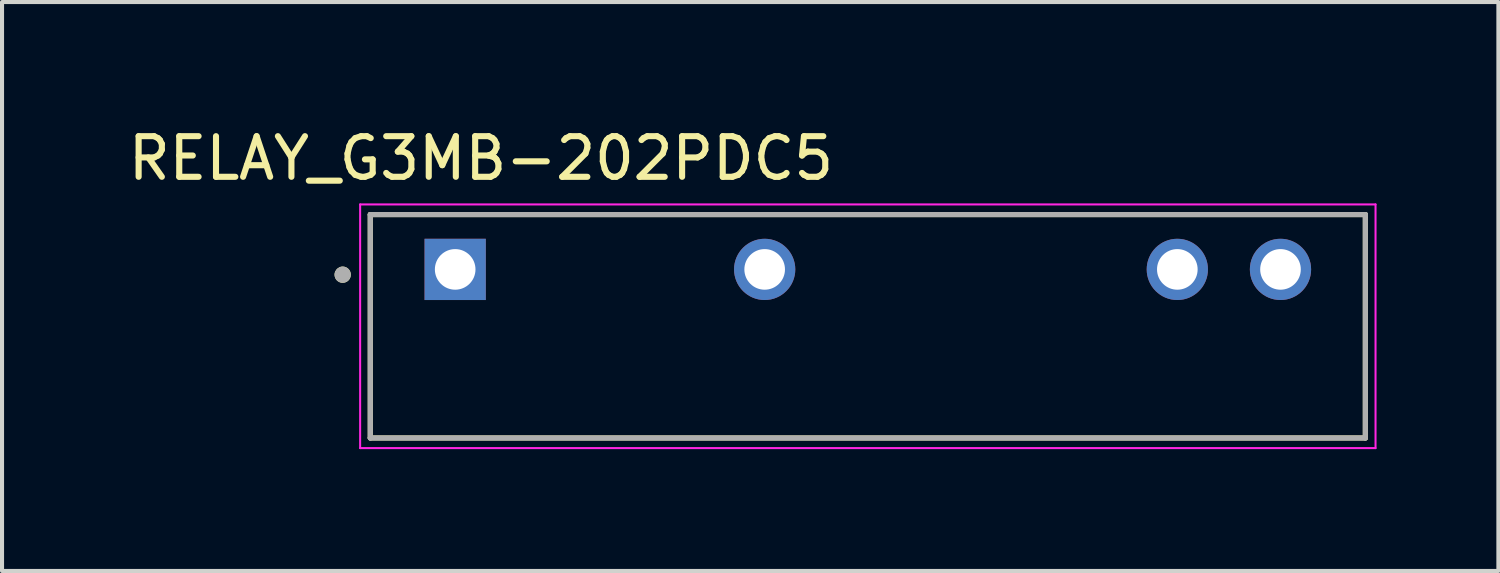
<source format=kicad_pcb>
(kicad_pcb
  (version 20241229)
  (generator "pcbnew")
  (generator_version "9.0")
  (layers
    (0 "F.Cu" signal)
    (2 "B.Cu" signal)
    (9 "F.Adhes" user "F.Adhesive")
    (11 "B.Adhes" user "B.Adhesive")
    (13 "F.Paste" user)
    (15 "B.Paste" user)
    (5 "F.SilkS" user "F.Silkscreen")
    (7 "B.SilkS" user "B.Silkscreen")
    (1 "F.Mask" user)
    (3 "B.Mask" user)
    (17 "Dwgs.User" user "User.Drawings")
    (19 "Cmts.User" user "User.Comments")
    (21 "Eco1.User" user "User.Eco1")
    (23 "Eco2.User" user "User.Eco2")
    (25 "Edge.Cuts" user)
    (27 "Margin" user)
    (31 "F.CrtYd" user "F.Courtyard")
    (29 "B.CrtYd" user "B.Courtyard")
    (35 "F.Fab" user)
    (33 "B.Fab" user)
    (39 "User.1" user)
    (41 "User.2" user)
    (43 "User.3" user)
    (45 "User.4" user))
  (footprint "RELAY_G3MB-202PDC5"
    (layer "F.Cu")
    (at 18.317 4.983)
    (property "Reference" "RELAY_G3MB-202PDC5" (at -9.525 -4.135 0) (layer "F.SilkS") (effects (font (size 1 1) (thickness 0.15))))
    (attr through_hole)
    (fp_line (start -12.25 -2.75) (end -12.25 2.75) (stroke (width 0.127) (type solid)) (layer "F.SilkS"))
    (fp_line (start -12.25 2.75) (end 12.25 2.75) (stroke (width 0.127) (type solid)) (layer "F.SilkS"))
    (fp_line (start 12.25 -2.75) (end -12.25 -2.75) (stroke (width 0.127) (type solid)) (layer "F.SilkS"))
    (fp_line (start 12.25 2.75) (end 12.25 -2.75) (stroke (width 0.127) (type solid)) (layer "F.SilkS"))
    (fp_circle (center -12.93 -1.27) (end -12.83 -1.27) (stroke (width 0.2) (type solid)) (fill no) (layer "F.SilkS"))
    (fp_line (start -12.5 -3) (end 12.5 -3) (stroke (width 0.05) (type solid)) (layer "F.CrtYd"))
    (fp_line (start -12.5 3) (end -12.5 -3) (stroke (width 0.05) (type solid)) (layer "F.CrtYd"))
    (fp_line (start 12.5 -3) (end 12.5 3) (stroke (width 0.05) (type solid)) (layer "F.CrtYd"))
    (fp_line (start 12.5 3) (end -12.5 3) (stroke (width 0.05) (type solid)) (layer "F.CrtYd"))
    (fp_line (start -12.25 -2.75) (end -12.25 2.75) (stroke (width 0.127) (type solid)) (layer "F.Fab"))
    (fp_line (start -12.25 2.75) (end 12.25 2.75) (stroke (width 0.127) (type solid)) (layer "F.Fab"))
    (fp_line (start 12.25 -2.75) (end -12.25 -2.75) (stroke (width 0.127) (type solid)) (layer "F.Fab"))
    (fp_line (start 12.25 2.75) (end 12.25 -2.75) (stroke (width 0.127) (type solid)) (layer "F.Fab"))
    (fp_circle (center -12.93 -1.27) (end -12.83 -1.27) (stroke (width 0.2) (type solid)) (fill no) (layer "F.Fab"))
    (pad "1" thru_hole rect (at -10.16 -1.4) (size 1.508 1.508) (drill 1) (layers "*.Cu" "*.Mask"))
    (pad "2" thru_hole circle (at -2.54 -1.4) (size 1.508 1.508) (drill 1) (layers "*.Cu" "*.Mask"))
    (pad "3" thru_hole circle (at 7.62 -1.4) (size 1.508 1.508) (drill 1) (layers "*.Cu" "*.Mask"))
    (pad "4" thru_hole circle (at 10.16 -1.4) (size 1.508 1.508) (drill 1) (layers "*.Cu" "*.Mask")))
  (gr_rect
    (start -3 -3)
    (end 33.842 11.008)
    (stroke (width 0.1) (type default))
    (fill no)
    (layer "Edge.Cuts")))
</source>
